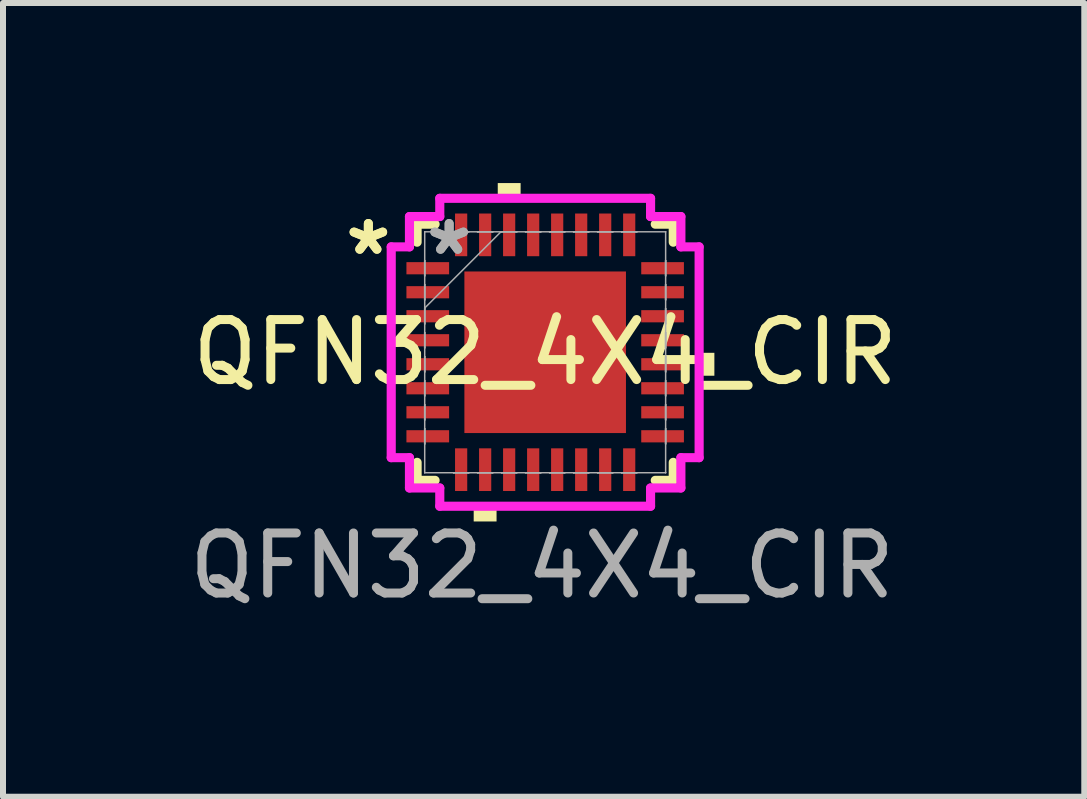
<source format=kicad_pcb>
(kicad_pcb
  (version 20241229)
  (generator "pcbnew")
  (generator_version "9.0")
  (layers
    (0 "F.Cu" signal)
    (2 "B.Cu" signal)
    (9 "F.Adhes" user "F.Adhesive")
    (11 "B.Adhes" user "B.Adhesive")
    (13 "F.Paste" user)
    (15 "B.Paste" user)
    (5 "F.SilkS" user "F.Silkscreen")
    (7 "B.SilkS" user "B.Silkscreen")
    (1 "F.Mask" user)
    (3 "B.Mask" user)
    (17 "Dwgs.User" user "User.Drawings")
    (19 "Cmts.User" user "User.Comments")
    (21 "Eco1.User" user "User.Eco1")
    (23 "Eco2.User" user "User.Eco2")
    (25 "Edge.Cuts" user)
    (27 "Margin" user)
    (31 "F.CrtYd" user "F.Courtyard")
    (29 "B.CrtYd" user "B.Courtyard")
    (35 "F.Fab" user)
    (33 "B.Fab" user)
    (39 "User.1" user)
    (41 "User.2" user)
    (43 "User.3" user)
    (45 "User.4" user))
  (footprint "QFN32_4X4_CIR"
    (layer "F.Cu")
    (at 6.033 2.819)
    (property "Reference" "QFN32_4X4_CIR" (at 0 0 0) (unlocked yes) (layer "F.SilkS") (effects (font (size 1 1) (thickness 0.15))))
    (attr smd)
    (fp_line (start -2.134 -2.134) (end -2.134 -1.834) (stroke (width 0.152) (type solid)) (layer "F.SilkS"))
    (fp_line (start -2.134 1.834) (end -2.134 2.134) (stroke (width 0.152) (type solid)) (layer "F.SilkS"))
    (fp_line (start -2.134 2.134) (end -1.834 2.134) (stroke (width 0.152) (type solid)) (layer "F.SilkS"))
    (fp_line (start -1.834 -2.134) (end -2.134 -2.134) (stroke (width 0.152) (type solid)) (layer "F.SilkS"))
    (fp_line (start 1.834 2.134) (end 2.134 2.134) (stroke (width 0.152) (type solid)) (layer "F.SilkS"))
    (fp_line (start 2.134 -2.134) (end 1.834 -2.134) (stroke (width 0.152) (type solid)) (layer "F.SilkS"))
    (fp_line (start 2.134 -1.834) (end 2.134 -2.134) (stroke (width 0.152) (type solid)) (layer "F.SilkS"))
    (fp_line (start 2.134 2.134) (end 2.134 1.834) (stroke (width 0.152) (type solid)) (layer "F.SilkS"))
    (fp_poly (pts (xy -1.191 2.565) (xy -1.191 2.819) (xy -0.81 2.819) (xy -0.81 2.565)) (stroke (width 0) (type solid)) (fill yes) (layer "F.SilkS"))
    (fp_poly (pts (xy -0.79 -2.565) (xy -0.79 -2.819) (xy -0.409 -2.819) (xy -0.409 -2.565)) (stroke (width 0) (type solid)) (fill yes) (layer "F.SilkS"))
    (fp_poly (pts (xy 2.819 0.009) (xy 2.819 0.391) (xy 2.565 0.391) (xy 2.565 0.009)) (stroke (width 0) (type solid)) (fill yes) (layer "F.SilkS"))
    (fp_poly (pts (xy -1.246 -1.246) (xy -1.246 -0.1) (xy -0.1 -0.1) (xy -0.1 -1.246)) (stroke (width 0) (type solid)) (fill yes) (layer "F.Paste"))
    (fp_poly (pts (xy -1.246 0.1) (xy -1.246 1.246) (xy -0.1 1.246) (xy -0.1 0.1)) (stroke (width 0) (type solid)) (fill yes) (layer "F.Paste"))
    (fp_poly (pts (xy 0.1 -1.246) (xy 0.1 -0.1) (xy 1.246 -0.1) (xy 1.246 -1.246)) (stroke (width 0) (type solid)) (fill yes) (layer "F.Paste"))
    (fp_poly (pts (xy 0.1 0.1) (xy 0.1 1.246) (xy 1.246 1.246) (xy 1.246 0.1)) (stroke (width 0) (type solid)) (fill yes) (layer "F.Paste"))
    (fp_line (start -2.565 -1.756) (end -2.261 -1.756) (stroke (width 0.152) (type solid)) (layer "F.CrtYd"))
    (fp_line (start -2.565 1.756) (end -2.565 -1.756) (stroke (width 0.152) (type solid)) (layer "F.CrtYd"))
    (fp_line (start -2.261 -2.261) (end -1.756 -2.261) (stroke (width 0.152) (type solid)) (layer "F.CrtYd"))
    (fp_line (start -2.261 -1.756) (end -2.261 -2.261) (stroke (width 0.152) (type solid)) (layer "F.CrtYd"))
    (fp_line (start -2.261 1.756) (end -2.565 1.756) (stroke (width 0.152) (type solid)) (layer "F.CrtYd"))
    (fp_line (start -2.261 2.261) (end -2.261 1.756) (stroke (width 0.152) (type solid)) (layer "F.CrtYd"))
    (fp_line (start -1.756 -2.565) (end 1.756 -2.565) (stroke (width 0.152) (type solid)) (layer "F.CrtYd"))
    (fp_line (start -1.756 -2.261) (end -1.756 -2.565) (stroke (width 0.152) (type solid)) (layer "F.CrtYd"))
    (fp_line (start -1.756 2.261) (end -2.261 2.261) (stroke (width 0.152) (type solid)) (layer "F.CrtYd"))
    (fp_line (start -1.756 2.565) (end -1.756 2.261) (stroke (width 0.152) (type solid)) (layer "F.CrtYd"))
    (fp_line (start 1.756 -2.565) (end 1.756 -2.261) (stroke (width 0.152) (type solid)) (layer "F.CrtYd"))
    (fp_line (start 1.756 -2.261) (end 2.261 -2.261) (stroke (width 0.152) (type solid)) (layer "F.CrtYd"))
    (fp_line (start 1.756 2.261) (end 1.756 2.565) (stroke (width 0.152) (type solid)) (layer "F.CrtYd"))
    (fp_line (start 1.756 2.565) (end -1.756 2.565) (stroke (width 0.152) (type solid)) (layer "F.CrtYd"))
    (fp_line (start 2.261 -2.261) (end 2.261 -1.756) (stroke (width 0.152) (type solid)) (layer "F.CrtYd"))
    (fp_line (start 2.261 -1.756) (end 2.565 -1.756) (stroke (width 0.152) (type solid)) (layer "F.CrtYd"))
    (fp_line (start 2.261 1.756) (end 2.261 2.261) (stroke (width 0.152) (type solid)) (layer "F.CrtYd"))
    (fp_line (start 2.261 2.261) (end 1.756 2.261) (stroke (width 0.152) (type solid)) (layer "F.CrtYd"))
    (fp_line (start 2.565 -1.756) (end 2.565 1.756) (stroke (width 0.152) (type solid)) (layer "F.CrtYd"))
    (fp_line (start 2.565 1.756) (end 2.261 1.756) (stroke (width 0.152) (type solid)) (layer "F.CrtYd"))
    (fp_line (start -2.007 -2.007) (end -2.007 -2.007) (stroke (width 0.025) (type solid)) (layer "F.Fab"))
    (fp_line (start -2.007 -2.007) (end -2.007 2.007) (stroke (width 0.025) (type solid)) (layer "F.Fab"))
    (fp_line (start -2.007 -1.527) (end -2.007 -1.527) (stroke (width 0.025) (type solid)) (layer "F.Fab"))
    (fp_line (start -2.007 -1.527) (end -2.007 -1.273) (stroke (width 0.025) (type solid)) (layer "F.Fab"))
    (fp_line (start -2.007 -1.273) (end -2.007 -1.527) (stroke (width 0.025) (type solid)) (layer "F.Fab"))
    (fp_line (start -2.007 -1.273) (end -2.007 -1.273) (stroke (width 0.025) (type solid)) (layer "F.Fab"))
    (fp_line (start -2.007 -1.127) (end -2.007 -1.127) (stroke (width 0.025) (type solid)) (layer "F.Fab"))
    (fp_line (start -2.007 -1.127) (end -2.007 -0.873) (stroke (width 0.025) (type solid)) (layer "F.Fab"))
    (fp_line (start -2.007 -0.873) (end -2.007 -1.127) (stroke (width 0.025) (type solid)) (layer "F.Fab"))
    (fp_line (start -2.007 -0.873) (end -2.007 -0.873) (stroke (width 0.025) (type solid)) (layer "F.Fab"))
    (fp_line (start -2.007 -0.737) (end -0.737 -2.007) (stroke (width 0.025) (type solid)) (layer "F.Fab"))
    (fp_line (start -2.007 -0.727) (end -2.007 -0.727) (stroke (width 0.025) (type solid)) (layer "F.Fab"))
    (fp_line (start -2.007 -0.727) (end -2.007 -0.473) (stroke (width 0.025) (type solid)) (layer "F.Fab"))
    (fp_line (start -2.007 -0.473) (end -2.007 -0.727) (stroke (width 0.025) (type solid)) (layer "F.Fab"))
    (fp_line (start -2.007 -0.473) (end -2.007 -0.473) (stroke (width 0.025) (type solid)) (layer "F.Fab"))
    (fp_line (start -2.007 -0.327) (end -2.007 -0.327) (stroke (width 0.025) (type solid)) (layer "F.Fab"))
    (fp_line (start -2.007 -0.327) (end -2.007 -0.073) (stroke (width 0.025) (type solid)) (layer "F.Fab"))
    (fp_line (start -2.007 -0.073) (end -2.007 -0.327) (stroke (width 0.025) (type solid)) (layer "F.Fab"))
    (fp_line (start -2.007 -0.073) (end -2.007 -0.073) (stroke (width 0.025) (type solid)) (layer "F.Fab"))
    (fp_line (start -2.007 0.073) (end -2.007 0.073) (stroke (width 0.025) (type solid)) (layer "F.Fab"))
    (fp_line (start -2.007 0.073) (end -2.007 0.327) (stroke (width 0.025) (type solid)) (layer "F.Fab"))
    (fp_line (start -2.007 0.327) (end -2.007 0.073) (stroke (width 0.025) (type solid)) (layer "F.Fab"))
    (fp_line (start -2.007 0.327) (end -2.007 0.327) (stroke (width 0.025) (type solid)) (layer "F.Fab"))
    (fp_line (start -2.007 0.473) (end -2.007 0.473) (stroke (width 0.025) (type solid)) (layer "F.Fab"))
    (fp_line (start -2.007 0.473) (end -2.007 0.727) (stroke (width 0.025) (type solid)) (layer "F.Fab"))
    (fp_line (start -2.007 0.727) (end -2.007 0.473) (stroke (width 0.025) (type solid)) (layer "F.Fab"))
    (fp_line (start -2.007 0.727) (end -2.007 0.727) (stroke (width 0.025) (type solid)) (layer "F.Fab"))
    (fp_line (start -2.007 0.873) (end -2.007 0.873) (stroke (width 0.025) (type solid)) (layer "F.Fab"))
    (fp_line (start -2.007 0.873) (end -2.007 1.127) (stroke (width 0.025) (type solid)) (layer "F.Fab"))
    (fp_line (start -2.007 1.127) (end -2.007 0.873) (stroke (width 0.025) (type solid)) (layer "F.Fab"))
    (fp_line (start -2.007 1.127) (end -2.007 1.127) (stroke (width 0.025) (type solid)) (layer "F.Fab"))
    (fp_line (start -2.007 1.273) (end -2.007 1.273) (stroke (width 0.025) (type solid)) (layer "F.Fab"))
    (fp_line (start -2.007 1.273) (end -2.007 1.527) (stroke (width 0.025) (type solid)) (layer "F.Fab"))
    (fp_line (start -2.007 1.527) (end -2.007 1.273) (stroke (width 0.025) (type solid)) (layer "F.Fab"))
    (fp_line (start -2.007 1.527) (end -2.007 1.527) (stroke (width 0.025) (type solid)) (layer "F.Fab"))
    (fp_line (start -2.007 2.007) (end -2.007 2.007) (stroke (width 0.025) (type solid)) (layer "F.Fab"))
    (fp_line (start -2.007 2.007) (end 2.007 2.007) (stroke (width 0.025) (type solid)) (layer "F.Fab"))
    (fp_line (start -1.527 -2.007) (end -1.527 -2.007) (stroke (width 0.025) (type solid)) (layer "F.Fab"))
    (fp_line (start -1.527 -2.007) (end -1.273 -2.007) (stroke (width 0.025) (type solid)) (layer "F.Fab"))
    (fp_line (start -1.527 2.007) (end -1.527 2.007) (stroke (width 0.025) (type solid)) (layer "F.Fab"))
    (fp_line (start -1.527 2.007) (end -1.273 2.007) (stroke (width 0.025) (type solid)) (layer "F.Fab"))
    (fp_line (start -1.273 -2.007) (end -1.527 -2.007) (stroke (width 0.025) (type solid)) (layer "F.Fab"))
    (fp_line (start -1.273 -2.007) (end -1.273 -2.007) (stroke (width 0.025) (type solid)) (layer "F.Fab"))
    (fp_line (start -1.273 2.007) (end -1.527 2.007) (stroke (width 0.025) (type solid)) (layer "F.Fab"))
    (fp_line (start -1.273 2.007) (end -1.273 2.007) (stroke (width 0.025) (type solid)) (layer "F.Fab"))
    (fp_line (start -1.127 -2.007) (end -1.127 -2.007) (stroke (width 0.025) (type solid)) (layer "F.Fab"))
    (fp_line (start -1.127 -2.007) (end -0.873 -2.007) (stroke (width 0.025) (type solid)) (layer "F.Fab"))
    (fp_line (start -1.127 2.007) (end -1.127 2.007) (stroke (width 0.025) (type solid)) (layer "F.Fab"))
    (fp_line (start -1.127 2.007) (end -0.873 2.007) (stroke (width 0.025) (type solid)) (layer "F.Fab"))
    (fp_line (start -0.873 -2.007) (end -1.127 -2.007) (stroke (width 0.025) (type solid)) (layer "F.Fab"))
    (fp_line (start -0.873 -2.007) (end -0.873 -2.007) (stroke (width 0.025) (type solid)) (layer "F.Fab"))
    (fp_line (start -0.873 2.007) (end -1.127 2.007) (stroke (width 0.025) (type solid)) (layer "F.Fab"))
    (fp_line (start -0.873 2.007) (end -0.873 2.007) (stroke (width 0.025) (type solid)) (layer "F.Fab"))
    (fp_line (start -0.727 -2.007) (end -0.727 -2.007) (stroke (width 0.025) (type solid)) (layer "F.Fab"))
    (fp_line (start -0.727 -2.007) (end -0.473 -2.007) (stroke (width 0.025) (type solid)) (layer "F.Fab"))
    (fp_line (start -0.727 2.007) (end -0.727 2.007) (stroke (width 0.025) (type solid)) (layer "F.Fab"))
    (fp_line (start -0.727 2.007) (end -0.473 2.007) (stroke (width 0.025) (type solid)) (layer "F.Fab"))
    (fp_line (start -0.473 -2.007) (end -0.727 -2.007) (stroke (width 0.025) (type solid)) (layer "F.Fab"))
    (fp_line (start -0.473 -2.007) (end -0.473 -2.007) (stroke (width 0.025) (type solid)) (layer "F.Fab"))
    (fp_line (start -0.473 2.007) (end -0.727 2.007) (stroke (width 0.025) (type solid)) (layer "F.Fab"))
    (fp_line (start -0.473 2.007) (end -0.473 2.007) (stroke (width 0.025) (type solid)) (layer "F.Fab"))
    (fp_line (start -0.327 -2.007) (end -0.327 -2.007) (stroke (width 0.025) (type solid)) (layer "F.Fab"))
    (fp_line (start -0.327 -2.007) (end -0.073 -2.007) (stroke (width 0.025) (type solid)) (layer "F.Fab"))
    (fp_line (start -0.327 2.007) (end -0.327 2.007) (stroke (width 0.025) (type solid)) (layer "F.Fab"))
    (fp_line (start -0.327 2.007) (end -0.073 2.007) (stroke (width 0.025) (type solid)) (layer "F.Fab"))
    (fp_line (start -0.073 -2.007) (end -0.327 -2.007) (stroke (width 0.025) (type solid)) (layer "F.Fab"))
    (fp_line (start -0.073 -2.007) (end -0.073 -2.007) (stroke (width 0.025) (type solid)) (layer "F.Fab"))
    (fp_line (start -0.073 2.007) (end -0.327 2.007) (stroke (width 0.025) (type solid)) (layer "F.Fab"))
    (fp_line (start -0.073 2.007) (end -0.073 2.007) (stroke (width 0.025) (type solid)) (layer "F.Fab"))
    (fp_line (start 0.073 -2.007) (end 0.073 -2.007) (stroke (width 0.025) (type solid)) (layer "F.Fab"))
    (fp_line (start 0.073 -2.007) (end 0.327 -2.007) (stroke (width 0.025) (type solid)) (layer "F.Fab"))
    (fp_line (start 0.073 2.007) (end 0.073 2.007) (stroke (width 0.025) (type solid)) (layer "F.Fab"))
    (fp_line (start 0.073 2.007) (end 0.327 2.007) (stroke (width 0.025) (type solid)) (layer "F.Fab"))
    (fp_line (start 0.327 -2.007) (end 0.073 -2.007) (stroke (width 0.025) (type solid)) (layer "F.Fab"))
    (fp_line (start 0.327 -2.007) (end 0.327 -2.007) (stroke (width 0.025) (type solid)) (layer "F.Fab"))
    (fp_line (start 0.327 2.007) (end 0.073 2.007) (stroke (width 0.025) (type solid)) (layer "F.Fab"))
    (fp_line (start 0.327 2.007) (end 0.327 2.007) (stroke (width 0.025) (type solid)) (layer "F.Fab"))
    (fp_line (start 0.473 -2.007) (end 0.473 -2.007) (stroke (width 0.025) (type solid)) (layer "F.Fab"))
    (fp_line (start 0.473 -2.007) (end 0.727 -2.007) (stroke (width 0.025) (type solid)) (layer "F.Fab"))
    (fp_line (start 0.473 2.007) (end 0.473 2.007) (stroke (width 0.025) (type solid)) (layer "F.Fab"))
    (fp_line (start 0.473 2.007) (end 0.727 2.007) (stroke (width 0.025) (type solid)) (layer "F.Fab"))
    (fp_line (start 0.727 -2.007) (end 0.473 -2.007) (stroke (width 0.025) (type solid)) (layer "F.Fab"))
    (fp_line (start 0.727 -2.007) (end 0.727 -2.007) (stroke (width 0.025) (type solid)) (layer "F.Fab"))
    (fp_line (start 0.727 2.007) (end 0.473 2.007) (stroke (width 0.025) (type solid)) (layer "F.Fab"))
    (fp_line (start 0.727 2.007) (end 0.727 2.007) (stroke (width 0.025) (type solid)) (layer "F.Fab"))
    (fp_line (start 0.873 -2.007) (end 0.873 -2.007) (stroke (width 0.025) (type solid)) (layer "F.Fab"))
    (fp_line (start 0.873 -2.007) (end 1.127 -2.007) (stroke (width 0.025) (type solid)) (layer "F.Fab"))
    (fp_line (start 0.873 2.007) (end 0.873 2.007) (stroke (width 0.025) (type solid)) (layer "F.Fab"))
    (fp_line (start 0.873 2.007) (end 1.127 2.007) (stroke (width 0.025) (type solid)) (layer "F.Fab"))
    (fp_line (start 1.127 -2.007) (end 0.873 -2.007) (stroke (width 0.025) (type solid)) (layer "F.Fab"))
    (fp_line (start 1.127 -2.007) (end 1.127 -2.007) (stroke (width 0.025) (type solid)) (layer "F.Fab"))
    (fp_line (start 1.127 2.007) (end 0.873 2.007) (stroke (width 0.025) (type solid)) (layer "F.Fab"))
    (fp_line (start 1.127 2.007) (end 1.127 2.007) (stroke (width 0.025) (type solid)) (layer "F.Fab"))
    (fp_line (start 1.273 -2.007) (end 1.273 -2.007) (stroke (width 0.025) (type solid)) (layer "F.Fab"))
    (fp_line (start 1.273 -2.007) (end 1.527 -2.007) (stroke (width 0.025) (type solid)) (layer "F.Fab"))
    (fp_line (start 1.273 2.007) (end 1.273 2.007) (stroke (width 0.025) (type solid)) (layer "F.Fab"))
    (fp_line (start 1.273 2.007) (end 1.527 2.007) (stroke (width 0.025) (type solid)) (layer "F.Fab"))
    (fp_line (start 1.527 -2.007) (end 1.273 -2.007) (stroke (width 0.025) (type solid)) (layer "F.Fab"))
    (fp_line (start 1.527 -2.007) (end 1.527 -2.007) (stroke (width 0.025) (type solid)) (layer "F.Fab"))
    (fp_line (start 1.527 2.007) (end 1.273 2.007) (stroke (width 0.025) (type solid)) (layer "F.Fab"))
    (fp_line (start 1.527 2.007) (end 1.527 2.007) (stroke (width 0.025) (type solid)) (layer "F.Fab"))
    (fp_line (start 2.007 -2.007) (end -2.007 -2.007) (stroke (width 0.025) (type solid)) (layer "F.Fab"))
    (fp_line (start 2.007 -2.007) (end 2.007 -2.007) (stroke (width 0.025) (type solid)) (layer "F.Fab"))
    (fp_line (start 2.007 -1.527) (end 2.007 -1.527) (stroke (width 0.025) (type solid)) (layer "F.Fab"))
    (fp_line (start 2.007 -1.527) (end 2.007 -1.273) (stroke (width 0.025) (type solid)) (layer "F.Fab"))
    (fp_line (start 2.007 -1.273) (end 2.007 -1.527) (stroke (width 0.025) (type solid)) (layer "F.Fab"))
    (fp_line (start 2.007 -1.273) (end 2.007 -1.273) (stroke (width 0.025) (type solid)) (layer "F.Fab"))
    (fp_line (start 2.007 -1.127) (end 2.007 -1.127) (stroke (width 0.025) (type solid)) (layer "F.Fab"))
    (fp_line (start 2.007 -1.127) (end 2.007 -0.873) (stroke (width 0.025) (type solid)) (layer "F.Fab"))
    (fp_line (start 2.007 -0.873) (end 2.007 -1.127) (stroke (width 0.025) (type solid)) (layer "F.Fab"))
    (fp_line (start 2.007 -0.873) (end 2.007 -0.873) (stroke (width 0.025) (type solid)) (layer "F.Fab"))
    (fp_line (start 2.007 -0.727) (end 2.007 -0.727) (stroke (width 0.025) (type solid)) (layer "F.Fab"))
    (fp_line (start 2.007 -0.727) (end 2.007 -0.473) (stroke (width 0.025) (type solid)) (layer "F.Fab"))
    (fp_line (start 2.007 -0.473) (end 2.007 -0.727) (stroke (width 0.025) (type solid)) (layer "F.Fab"))
    (fp_line (start 2.007 -0.473) (end 2.007 -0.473) (stroke (width 0.025) (type solid)) (layer "F.Fab"))
    (fp_line (start 2.007 -0.327) (end 2.007 -0.327) (stroke (width 0.025) (type solid)) (layer "F.Fab"))
    (fp_line (start 2.007 -0.327) (end 2.007 -0.073) (stroke (width 0.025) (type solid)) (layer "F.Fab"))
    (fp_line (start 2.007 -0.073) (end 2.007 -0.327) (stroke (width 0.025) (type solid)) (layer "F.Fab"))
    (fp_line (start 2.007 -0.073) (end 2.007 -0.073) (stroke (width 0.025) (type solid)) (layer "F.Fab"))
    (fp_line (start 2.007 0.073) (end 2.007 0.073) (stroke (width 0.025) (type solid)) (layer "F.Fab"))
    (fp_line (start 2.007 0.073) (end 2.007 0.327) (stroke (width 0.025) (type solid)) (layer "F.Fab"))
    (fp_line (start 2.007 0.327) (end 2.007 0.073) (stroke (width 0.025) (type solid)) (layer "F.Fab"))
    (fp_line (start 2.007 0.327) (end 2.007 0.327) (stroke (width 0.025) (type solid)) (layer "F.Fab"))
    (fp_line (start 2.007 0.473) (end 2.007 0.473) (stroke (width 0.025) (type solid)) (layer "F.Fab"))
    (fp_line (start 2.007 0.473) (end 2.007 0.727) (stroke (width 0.025) (type solid)) (layer "F.Fab"))
    (fp_line (start 2.007 0.727) (end 2.007 0.473) (stroke (width 0.025) (type solid)) (layer "F.Fab"))
    (fp_line (start 2.007 0.727) (end 2.007 0.727) (stroke (width 0.025) (type solid)) (layer "F.Fab"))
    (fp_line (start 2.007 0.873) (end 2.007 0.873) (stroke (width 0.025) (type solid)) (layer "F.Fab"))
    (fp_line (start 2.007 0.873) (end 2.007 1.127) (stroke (width 0.025) (type solid)) (layer "F.Fab"))
    (fp_line (start 2.007 1.127) (end 2.007 0.873) (stroke (width 0.025) (type solid)) (layer "F.Fab"))
    (fp_line (start 2.007 1.127) (end 2.007 1.127) (stroke (width 0.025) (type solid)) (layer "F.Fab"))
    (fp_line (start 2.007 1.273) (end 2.007 1.273) (stroke (width 0.025) (type solid)) (layer "F.Fab"))
    (fp_line (start 2.007 1.273) (end 2.007 1.527) (stroke (width 0.025) (type solid)) (layer "F.Fab"))
    (fp_line (start 2.007 1.527) (end 2.007 1.273) (stroke (width 0.025) (type solid)) (layer "F.Fab"))
    (fp_line (start 2.007 1.527) (end 2.007 1.527) (stroke (width 0.025) (type solid)) (layer "F.Fab"))
    (fp_line (start 2.007 2.007) (end 2.007 -2.007) (stroke (width 0.025) (type solid)) (layer "F.Fab"))
    (fp_line (start 2.007 2.007) (end 2.007 2.007) (stroke (width 0.025) (type solid)) (layer "F.Fab"))
    (fp_text user "*" (at -2.946 -1.6 0) (layer "F.SilkS") (effects (font (size 1 1) (thickness 0.15))))
    (fp_text user "*" (at -2.946 -1.6 0) (unlocked yes) (layer "F.SilkS") (effects (font (size 1 1) (thickness 0.15))))
    (fp_text user "${REFERENCE}" (at -0.051 3.556 0) (unlocked yes) (layer "F.Fab") (effects (font (size 1 1) (thickness 0.15))))
    (fp_text user "*" (at -1.6 -1.6 0) (layer "F.Fab") (effects (font (size 1 1) (thickness 0.15))))
    (fp_text user "*" (at -1.6 -1.6 0) (unlocked yes) (layer "F.Fab") (effects (font (size 1 1) (thickness 0.15))))
    (pad "1" smd rect (at -1.956 -1.4 90) (size 0.203 0.711) (layers "F.Cu" "F.Mask" "F.Paste"))
    (pad "2" smd rect (at -1.956 -1 90) (size 0.203 0.711) (layers "F.Cu" "F.Mask" "F.Paste"))
    (pad "3" smd rect (at -1.956 -0.6 90) (size 0.203 0.711) (layers "F.Cu" "F.Mask" "F.Paste"))
    (pad "4" smd rect (at -1.956 -0.2 90) (size 0.203 0.711) (layers "F.Cu" "F.Mask" "F.Paste"))
    (pad "5" smd rect (at -1.956 0.2 90) (size 0.203 0.711) (layers "F.Cu" "F.Mask" "F.Paste"))
    (pad "6" smd rect (at -1.956 0.6 90) (size 0.203 0.711) (layers "F.Cu" "F.Mask" "F.Paste"))
    (pad "7" smd rect (at -1.956 1 90) (size 0.203 0.711) (layers "F.Cu" "F.Mask" "F.Paste"))
    (pad "8" smd rect (at -1.956 1.4 90) (size 0.203 0.711) (layers "F.Cu" "F.Mask" "F.Paste"))
    (pad "9" smd rect (at -1.4 1.956) (size 0.203 0.711) (layers "F.Cu" "F.Mask" "F.Paste"))
    (pad "10" smd rect (at -1 1.956) (size 0.203 0.711) (layers "F.Cu" "F.Mask" "F.Paste"))
    (pad "11" smd rect (at -0.6 1.956) (size 0.203 0.711) (layers "F.Cu" "F.Mask" "F.Paste"))
    (pad "12" smd rect (at -0.2 1.956) (size 0.203 0.711) (layers "F.Cu" "F.Mask" "F.Paste"))
    (pad "13" smd rect (at 0.2 1.956) (size 0.203 0.711) (layers "F.Cu" "F.Mask" "F.Paste"))
    (pad "14" smd rect (at 0.6 1.956) (size 0.203 0.711) (layers "F.Cu" "F.Mask" "F.Paste"))
    (pad "15" smd rect (at 1 1.956) (size 0.203 0.711) (layers "F.Cu" "F.Mask" "F.Paste"))
    (pad "16" smd rect (at 1.4 1.956) (size 0.203 0.711) (layers "F.Cu" "F.Mask" "F.Paste"))
    (pad "17" smd rect (at 1.956 1.4 90) (size 0.203 0.711) (layers "F.Cu" "F.Mask" "F.Paste"))
    (pad "18" smd rect (at 1.956 1 90) (size 0.203 0.711) (layers "F.Cu" "F.Mask" "F.Paste"))
    (pad "19" smd rect (at 1.956 0.6 90) (size 0.203 0.711) (layers "F.Cu" "F.Mask" "F.Paste"))
    (pad "20" smd rect (at 1.956 0.2 90) (size 0.203 0.711) (layers "F.Cu" "F.Mask" "F.Paste"))
    (pad "21" smd rect (at 1.956 -0.2 90) (size 0.203 0.711) (layers "F.Cu" "F.Mask" "F.Paste"))
    (pad "22" smd rect (at 1.956 -0.6 90) (size 0.203 0.711) (layers "F.Cu" "F.Mask" "F.Paste"))
    (pad "23" smd rect (at 1.956 -1 90) (size 0.203 0.711) (layers "F.Cu" "F.Mask" "F.Paste"))
    (pad "24" smd rect (at 1.956 -1.4 90) (size 0.203 0.711) (layers "F.Cu" "F.Mask" "F.Paste"))
    (pad "25" smd rect (at 1.4 -1.956) (size 0.203 0.711) (layers "F.Cu" "F.Mask" "F.Paste"))
    (pad "26" smd rect (at 1 -1.956) (size 0.203 0.711) (layers "F.Cu" "F.Mask" "F.Paste"))
    (pad "27" smd rect (at 0.6 -1.956) (size 0.203 0.711) (layers "F.Cu" "F.Mask" "F.Paste"))
    (pad "28" smd rect (at 0.2 -1.956) (size 0.203 0.711) (layers "F.Cu" "F.Mask" "F.Paste"))
    (pad "29" smd rect (at -0.2 -1.956) (size 0.203 0.711) (layers "F.Cu" "F.Mask" "F.Paste"))
    (pad "30" smd rect (at -0.6 -1.956) (size 0.203 0.711) (layers "F.Cu" "F.Mask" "F.Paste"))
    (pad "31" smd rect (at -1 -1.956) (size 0.203 0.711) (layers "F.Cu" "F.Mask" "F.Paste"))
    (pad "32" smd rect (at -1.4 -1.956) (size 0.203 0.711) (layers "F.Cu" "F.Mask" "F.Paste"))
    (pad "33" smd rect (at 0 0) (size 2.692 2.692) (layers "F.Cu" "F.Mask")))
  (gr_rect
    (start -3 -3)
    (end 15.015 10.224)
    (stroke (width 0.1) (type default))
    (fill no)
    (layer "Edge.Cuts")))
</source>
